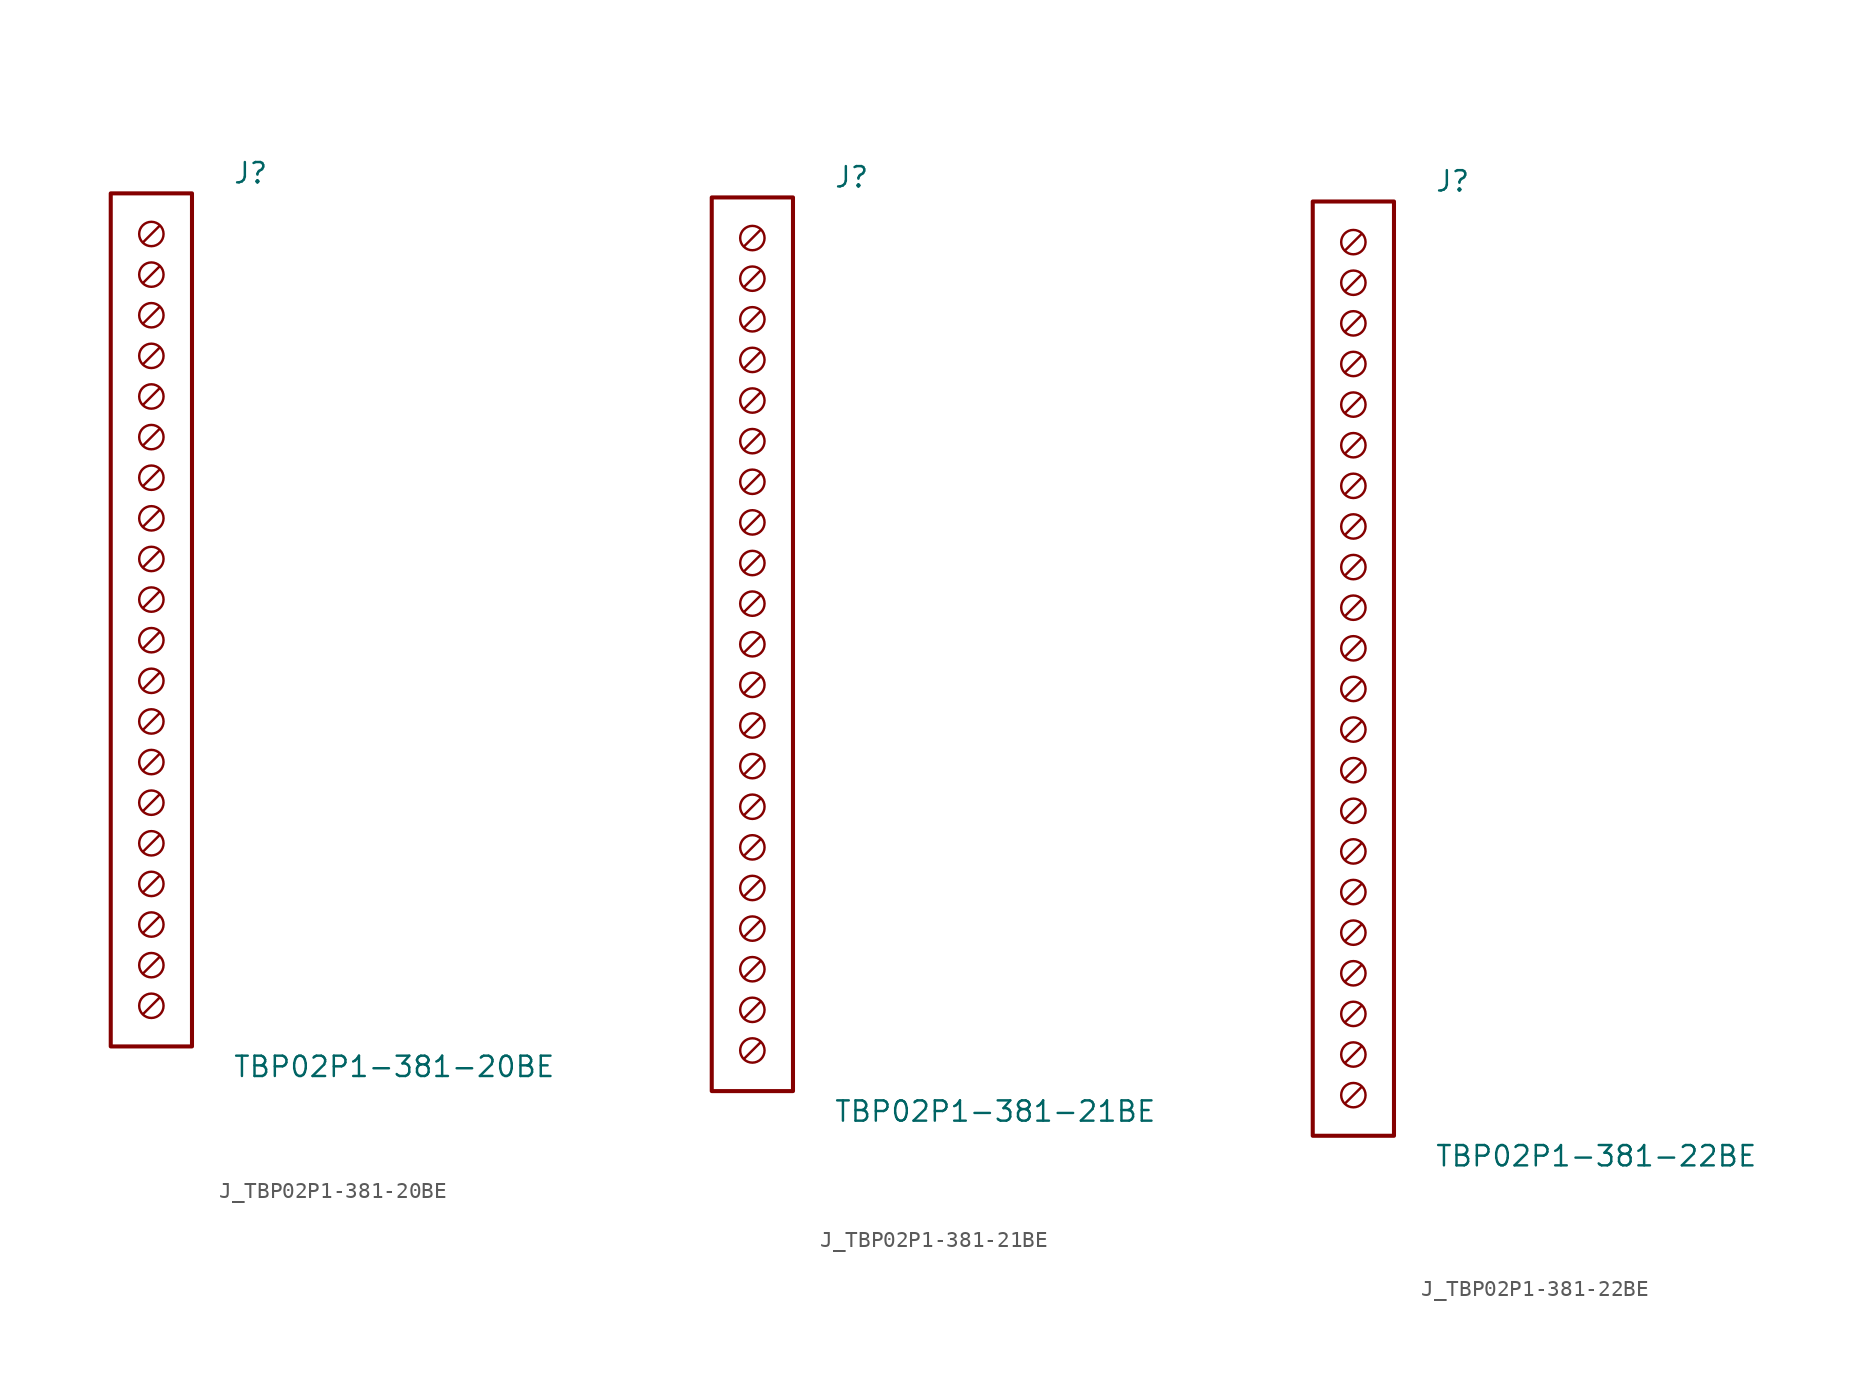
<source format=kicad_sym>
(kicad_symbol_lib
  (version 20231120)
  (generator kicad_symbol_editor)
  (generator_version 8.0)
  (symbol "J_TBP02P1-381-20BE"
    (pin_names
      (offset 0.254))
    (property "Reference" "J"
      (at 5.08 27.94 0)
      (effects (font (size 1.27 1.27)) (justify left)))
    (property "Value" "TBP02P1-381-20BE"
      (at 5.08 -27.94 0)
      (effects (font (size 1.27 1.27)) (justify left)))
    (symbol "J_TBP02P1-381-20BE_0_0"
      (circle (center 0 24.13) (radius 0.762) (stroke (width 0) (type default)) (fill (type none)))
      (polyline (pts (xy 0.508 24.638) (xy -0.508 23.622)) (stroke (width 0) (type default)) (fill (type none)))
      (circle (center 0 21.59) (radius 0.762) (stroke (width 0) (type default)) (fill (type none)))
      (polyline (pts (xy 0.508 22.098) (xy -0.508 21.082)) (stroke (width 0) (type default)) (fill (type none)))
      (circle (center 0 19.05) (radius 0.762) (stroke (width 0) (type default)) (fill (type none)))
      (polyline (pts (xy 0.508 19.558) (xy -0.508 18.542)) (stroke (width 0) (type default)) (fill (type none)))
      (circle (center 0 16.51) (radius 0.762) (stroke (width 0) (type default)) (fill (type none)))
      (polyline (pts (xy 0.508 17.018) (xy -0.508 16.002)) (stroke (width 0) (type default)) (fill (type none)))
      (circle (center 0 13.97) (radius 0.762) (stroke (width 0) (type default)) (fill (type none)))
      (polyline (pts (xy 0.508 14.478) (xy -0.508 13.462)) (stroke (width 0) (type default)) (fill (type none)))
      (circle (center 0 11.43) (radius 0.762) (stroke (width 0) (type default)) (fill (type none)))
      (polyline (pts (xy 0.508 11.938) (xy -0.508 10.922)) (stroke (width 0) (type default)) (fill (type none)))
      (circle (center 0 8.89) (radius 0.762) (stroke (width 0) (type default)) (fill (type none)))
      (polyline (pts (xy 0.508 9.398) (xy -0.508 8.382)) (stroke (width 0) (type default)) (fill (type none)))
      (circle (center 0 6.35) (radius 0.762) (stroke (width 0) (type default)) (fill (type none)))
      (polyline (pts (xy 0.508 6.858) (xy -0.508 5.842)) (stroke (width 0) (type default)) (fill (type none)))
      (circle (center 0 3.81) (radius 0.762) (stroke (width 0) (type default)) (fill (type none)))
      (polyline (pts (xy 0.508 4.318) (xy -0.508 3.302)) (stroke (width 0) (type default)) (fill (type none)))
      (circle (center 0 1.27) (radius 0.762) (stroke (width 0) (type default)) (fill (type none)))
      (polyline (pts (xy 0.508 1.778) (xy -0.508 0.762)) (stroke (width 0) (type default)) (fill (type none)))
      (circle (center 0 -1.27) (radius 0.762) (stroke (width 0) (type default)) (fill (type none)))
      (polyline (pts (xy 0.508 -0.762) (xy -0.508 -1.778)) (stroke (width 0) (type default)) (fill (type none)))
      (circle (center 0 -3.81) (radius 0.762) (stroke (width 0) (type default)) (fill (type none)))
      (polyline (pts (xy 0.508 -3.302) (xy -0.508 -4.318)) (stroke (width 0) (type default)) (fill (type none)))
      (circle (center 0 -6.35) (radius 0.762) (stroke (width 0) (type default)) (fill (type none)))
      (polyline (pts (xy 0.508 -5.842) (xy -0.508 -6.858)) (stroke (width 0) (type default)) (fill (type none)))
      (circle (center 0 -8.89) (radius 0.762) (stroke (width 0) (type default)) (fill (type none)))
      (polyline (pts (xy 0.508 -8.382) (xy -0.508 -9.398)) (stroke (width 0) (type default)) (fill (type none)))
      (circle (center 0 -11.43) (radius 0.762) (stroke (width 0) (type default)) (fill (type none)))
      (polyline (pts (xy 0.508 -10.922) (xy -0.508 -11.938)) (stroke (width 0) (type default)) (fill (type none)))
      (circle (center 0 -13.97) (radius 0.762) (stroke (width 0) (type default)) (fill (type none)))
      (polyline (pts (xy 0.508 -13.462) (xy -0.508 -14.478)) (stroke (width 0) (type default)) (fill (type none)))
      (circle (center 0 -16.51) (radius 0.762) (stroke (width 0) (type default)) (fill (type none)))
      (polyline (pts (xy 0.508 -16.002) (xy -0.508 -17.018)) (stroke (width 0) (type default)) (fill (type none)))
      (circle (center 0 -19.05) (radius 0.762) (stroke (width 0) (type default)) (fill (type none)))
      (polyline (pts (xy 0.508 -18.542) (xy -0.508 -19.558)) (stroke (width 0) (type default)) (fill (type none)))
      (circle (center 0 -21.59) (radius 0.762) (stroke (width 0) (type default)) (fill (type none)))
      (polyline (pts (xy 0.508 -21.082) (xy -0.508 -22.098)) (stroke (width 0) (type default)) (fill (type none)))
      (circle (center 0 -24.13) (radius 0.762) (stroke (width 0) (type default)) (fill (type none)))
      (polyline (pts (xy 0.508 -23.622) (xy -0.508 -24.638)) (stroke (width 0) (type default)) (fill (type none))))
    (symbol "J_TBP02P1-381-20BE_1_0"
      (rectangle (start -2.54 26.67) (end 2.54 -26.67) (stroke (width 0.254) (type solid)) (fill (type none)))))
  (symbol "J_TBP02P1-381-21BE"
    (pin_names
      (offset 0.254))
    (property "Reference" "J"
      (at 5.08 29.21 0)
      (effects (font (size 1.27 1.27)) (justify left)))
    (property "Value" "TBP02P1-381-21BE"
      (at 5.08 -29.21 0)
      (effects (font (size 1.27 1.27)) (justify left)))
    (symbol "J_TBP02P1-381-21BE_0_0"
      (circle (center 0 25.4) (radius 0.762) (stroke (width 0) (type default)) (fill (type none)))
      (polyline (pts (xy 0.508 25.908) (xy -0.508 24.892)) (stroke (width 0) (type default)) (fill (type none)))
      (circle (center 0 22.86) (radius 0.762) (stroke (width 0) (type default)) (fill (type none)))
      (polyline (pts (xy 0.508 23.368) (xy -0.508 22.352)) (stroke (width 0) (type default)) (fill (type none)))
      (circle (center 0 20.32) (radius 0.762) (stroke (width 0) (type default)) (fill (type none)))
      (polyline (pts (xy 0.508 20.828) (xy -0.508 19.812)) (stroke (width 0) (type default)) (fill (type none)))
      (circle (center 0 17.78) (radius 0.762) (stroke (width 0) (type default)) (fill (type none)))
      (polyline (pts (xy 0.508 18.288) (xy -0.508 17.272)) (stroke (width 0) (type default)) (fill (type none)))
      (circle (center 0 15.24) (radius 0.762) (stroke (width 0) (type default)) (fill (type none)))
      (polyline (pts (xy 0.508 15.748) (xy -0.508 14.732)) (stroke (width 0) (type default)) (fill (type none)))
      (circle (center 0 12.7) (radius 0.762) (stroke (width 0) (type default)) (fill (type none)))
      (polyline (pts (xy 0.508 13.208) (xy -0.508 12.192)) (stroke (width 0) (type default)) (fill (type none)))
      (circle (center 0 10.16) (radius 0.762) (stroke (width 0) (type default)) (fill (type none)))
      (polyline (pts (xy 0.508 10.668) (xy -0.508 9.652)) (stroke (width 0) (type default)) (fill (type none)))
      (circle (center 0 7.62) (radius 0.762) (stroke (width 0) (type default)) (fill (type none)))
      (polyline (pts (xy 0.508 8.128) (xy -0.508 7.112)) (stroke (width 0) (type default)) (fill (type none)))
      (circle (center 0 5.08) (radius 0.762) (stroke (width 0) (type default)) (fill (type none)))
      (polyline (pts (xy 0.508 5.588) (xy -0.508 4.572)) (stroke (width 0) (type default)) (fill (type none)))
      (circle (center 0 2.54) (radius 0.762) (stroke (width 0) (type default)) (fill (type none)))
      (polyline (pts (xy 0.508 3.048) (xy -0.508 2.032)) (stroke (width 0) (type default)) (fill (type none)))
      (circle (center 0 0.0) (radius 0.762) (stroke (width 0) (type default)) (fill (type none)))
      (polyline (pts (xy 0.508 0.508) (xy -0.508 -0.508)) (stroke (width 0) (type default)) (fill (type none)))
      (circle (center 0 -2.54) (radius 0.762) (stroke (width 0) (type default)) (fill (type none)))
      (polyline (pts (xy 0.508 -2.032) (xy -0.508 -3.048)) (stroke (width 0) (type default)) (fill (type none)))
      (circle (center 0 -5.08) (radius 0.762) (stroke (width 0) (type default)) (fill (type none)))
      (polyline (pts (xy 0.508 -4.572) (xy -0.508 -5.588)) (stroke (width 0) (type default)) (fill (type none)))
      (circle (center 0 -7.62) (radius 0.762) (stroke (width 0) (type default)) (fill (type none)))
      (polyline (pts (xy 0.508 -7.112) (xy -0.508 -8.128)) (stroke (width 0) (type default)) (fill (type none)))
      (circle (center 0 -10.16) (radius 0.762) (stroke (width 0) (type default)) (fill (type none)))
      (polyline (pts (xy 0.508 -9.652) (xy -0.508 -10.668)) (stroke (width 0) (type default)) (fill (type none)))
      (circle (center 0 -12.7) (radius 0.762) (stroke (width 0) (type default)) (fill (type none)))
      (polyline (pts (xy 0.508 -12.192) (xy -0.508 -13.208)) (stroke (width 0) (type default)) (fill (type none)))
      (circle (center 0 -15.24) (radius 0.762) (stroke (width 0) (type default)) (fill (type none)))
      (polyline (pts (xy 0.508 -14.732) (xy -0.508 -15.748)) (stroke (width 0) (type default)) (fill (type none)))
      (circle (center 0 -17.78) (radius 0.762) (stroke (width 0) (type default)) (fill (type none)))
      (polyline (pts (xy 0.508 -17.272) (xy -0.508 -18.288)) (stroke (width 0) (type default)) (fill (type none)))
      (circle (center 0 -20.32) (radius 0.762) (stroke (width 0) (type default)) (fill (type none)))
      (polyline (pts (xy 0.508 -19.812) (xy -0.508 -20.828)) (stroke (width 0) (type default)) (fill (type none)))
      (circle (center 0 -22.86) (radius 0.762) (stroke (width 0) (type default)) (fill (type none)))
      (polyline (pts (xy 0.508 -22.352) (xy -0.508 -23.368)) (stroke (width 0) (type default)) (fill (type none)))
      (circle (center 0 -25.4) (radius 0.762) (stroke (width 0) (type default)) (fill (type none)))
      (polyline (pts (xy 0.508 -24.892) (xy -0.508 -25.908)) (stroke (width 0) (type default)) (fill (type none))))
    (symbol "J_TBP02P1-381-21BE_1_0"
      (rectangle (start -2.54 27.94) (end 2.54 -27.94) (stroke (width 0.254) (type solid)) (fill (type none)))))
  (symbol "J_TBP02P1-381-22BE"
    (pin_names
      (offset 0.254))
    (property "Reference" "J"
      (at 5.08 30.48 0)
      (effects (font (size 1.27 1.27)) (justify left)))
    (property "Value" "TBP02P1-381-22BE"
      (at 5.08 -30.48 0)
      (effects (font (size 1.27 1.27)) (justify left)))
    (symbol "J_TBP02P1-381-22BE_0_0"
      (circle (center 0 26.67) (radius 0.762) (stroke (width 0) (type default)) (fill (type none)))
      (polyline (pts (xy 0.508 27.178) (xy -0.508 26.162)) (stroke (width 0) (type default)) (fill (type none)))
      (circle (center 0 24.13) (radius 0.762) (stroke (width 0) (type default)) (fill (type none)))
      (polyline (pts (xy 0.508 24.638) (xy -0.508 23.622)) (stroke (width 0) (type default)) (fill (type none)))
      (circle (center 0 21.59) (radius 0.762) (stroke (width 0) (type default)) (fill (type none)))
      (polyline (pts (xy 0.508 22.098) (xy -0.508 21.082)) (stroke (width 0) (type default)) (fill (type none)))
      (circle (center 0 19.05) (radius 0.762) (stroke (width 0) (type default)) (fill (type none)))
      (polyline (pts (xy 0.508 19.558) (xy -0.508 18.542)) (stroke (width 0) (type default)) (fill (type none)))
      (circle (center 0 16.51) (radius 0.762) (stroke (width 0) (type default)) (fill (type none)))
      (polyline (pts (xy 0.508 17.018) (xy -0.508 16.002)) (stroke (width 0) (type default)) (fill (type none)))
      (circle (center 0 13.97) (radius 0.762) (stroke (width 0) (type default)) (fill (type none)))
      (polyline (pts (xy 0.508 14.478) (xy -0.508 13.462)) (stroke (width 0) (type default)) (fill (type none)))
      (circle (center 0 11.43) (radius 0.762) (stroke (width 0) (type default)) (fill (type none)))
      (polyline (pts (xy 0.508 11.938) (xy -0.508 10.922)) (stroke (width 0) (type default)) (fill (type none)))
      (circle (center 0 8.89) (radius 0.762) (stroke (width 0) (type default)) (fill (type none)))
      (polyline (pts (xy 0.508 9.398) (xy -0.508 8.382)) (stroke (width 0) (type default)) (fill (type none)))
      (circle (center 0 6.35) (radius 0.762) (stroke (width 0) (type default)) (fill (type none)))
      (polyline (pts (xy 0.508 6.858) (xy -0.508 5.842)) (stroke (width 0) (type default)) (fill (type none)))
      (circle (center 0 3.81) (radius 0.762) (stroke (width 0) (type default)) (fill (type none)))
      (polyline (pts (xy 0.508 4.318) (xy -0.508 3.302)) (stroke (width 0) (type default)) (fill (type none)))
      (circle (center 0 1.27) (radius 0.762) (stroke (width 0) (type default)) (fill (type none)))
      (polyline (pts (xy 0.508 1.778) (xy -0.508 0.762)) (stroke (width 0) (type default)) (fill (type none)))
      (circle (center 0 -1.27) (radius 0.762) (stroke (width 0) (type default)) (fill (type none)))
      (polyline (pts (xy 0.508 -0.762) (xy -0.508 -1.778)) (stroke (width 0) (type default)) (fill (type none)))
      (circle (center 0 -3.81) (radius 0.762) (stroke (width 0) (type default)) (fill (type none)))
      (polyline (pts (xy 0.508 -3.302) (xy -0.508 -4.318)) (stroke (width 0) (type default)) (fill (type none)))
      (circle (center 0 -6.35) (radius 0.762) (stroke (width 0) (type default)) (fill (type none)))
      (polyline (pts (xy 0.508 -5.842) (xy -0.508 -6.858)) (stroke (width 0) (type default)) (fill (type none)))
      (circle (center 0 -8.89) (radius 0.762) (stroke (width 0) (type default)) (fill (type none)))
      (polyline (pts (xy 0.508 -8.382) (xy -0.508 -9.398)) (stroke (width 0) (type default)) (fill (type none)))
      (circle (center 0 -11.43) (radius 0.762) (stroke (width 0) (type default)) (fill (type none)))
      (polyline (pts (xy 0.508 -10.922) (xy -0.508 -11.938)) (stroke (width 0) (type default)) (fill (type none)))
      (circle (center 0 -13.97) (radius 0.762) (stroke (width 0) (type default)) (fill (type none)))
      (polyline (pts (xy 0.508 -13.462) (xy -0.508 -14.478)) (stroke (width 0) (type default)) (fill (type none)))
      (circle (center 0 -16.51) (radius 0.762) (stroke (width 0) (type default)) (fill (type none)))
      (polyline (pts (xy 0.508 -16.002) (xy -0.508 -17.018)) (stroke (width 0) (type default)) (fill (type none)))
      (circle (center 0 -19.05) (radius 0.762) (stroke (width 0) (type default)) (fill (type none)))
      (polyline (pts (xy 0.508 -18.542) (xy -0.508 -19.558)) (stroke (width 0) (type default)) (fill (type none)))
      (circle (center 0 -21.59) (radius 0.762) (stroke (width 0) (type default)) (fill (type none)))
      (polyline (pts (xy 0.508 -21.082) (xy -0.508 -22.098)) (stroke (width 0) (type default)) (fill (type none)))
      (circle (center 0 -24.13) (radius 0.762) (stroke (width 0) (type default)) (fill (type none)))
      (polyline (pts (xy 0.508 -23.622) (xy -0.508 -24.638)) (stroke (width 0) (type default)) (fill (type none)))
      (circle (center 0 -26.67) (radius 0.762) (stroke (width 0) (type default)) (fill (type none)))
      (polyline (pts (xy 0.508 -26.162) (xy -0.508 -27.178)) (stroke (width 0) (type default)) (fill (type none))))
    (symbol "J_TBP02P1-381-22BE_1_0"
      (rectangle (start -2.54 29.21) (end 2.54 -29.21) (stroke (width 0.254) (type solid)) (fill (type none))))))
</source>
